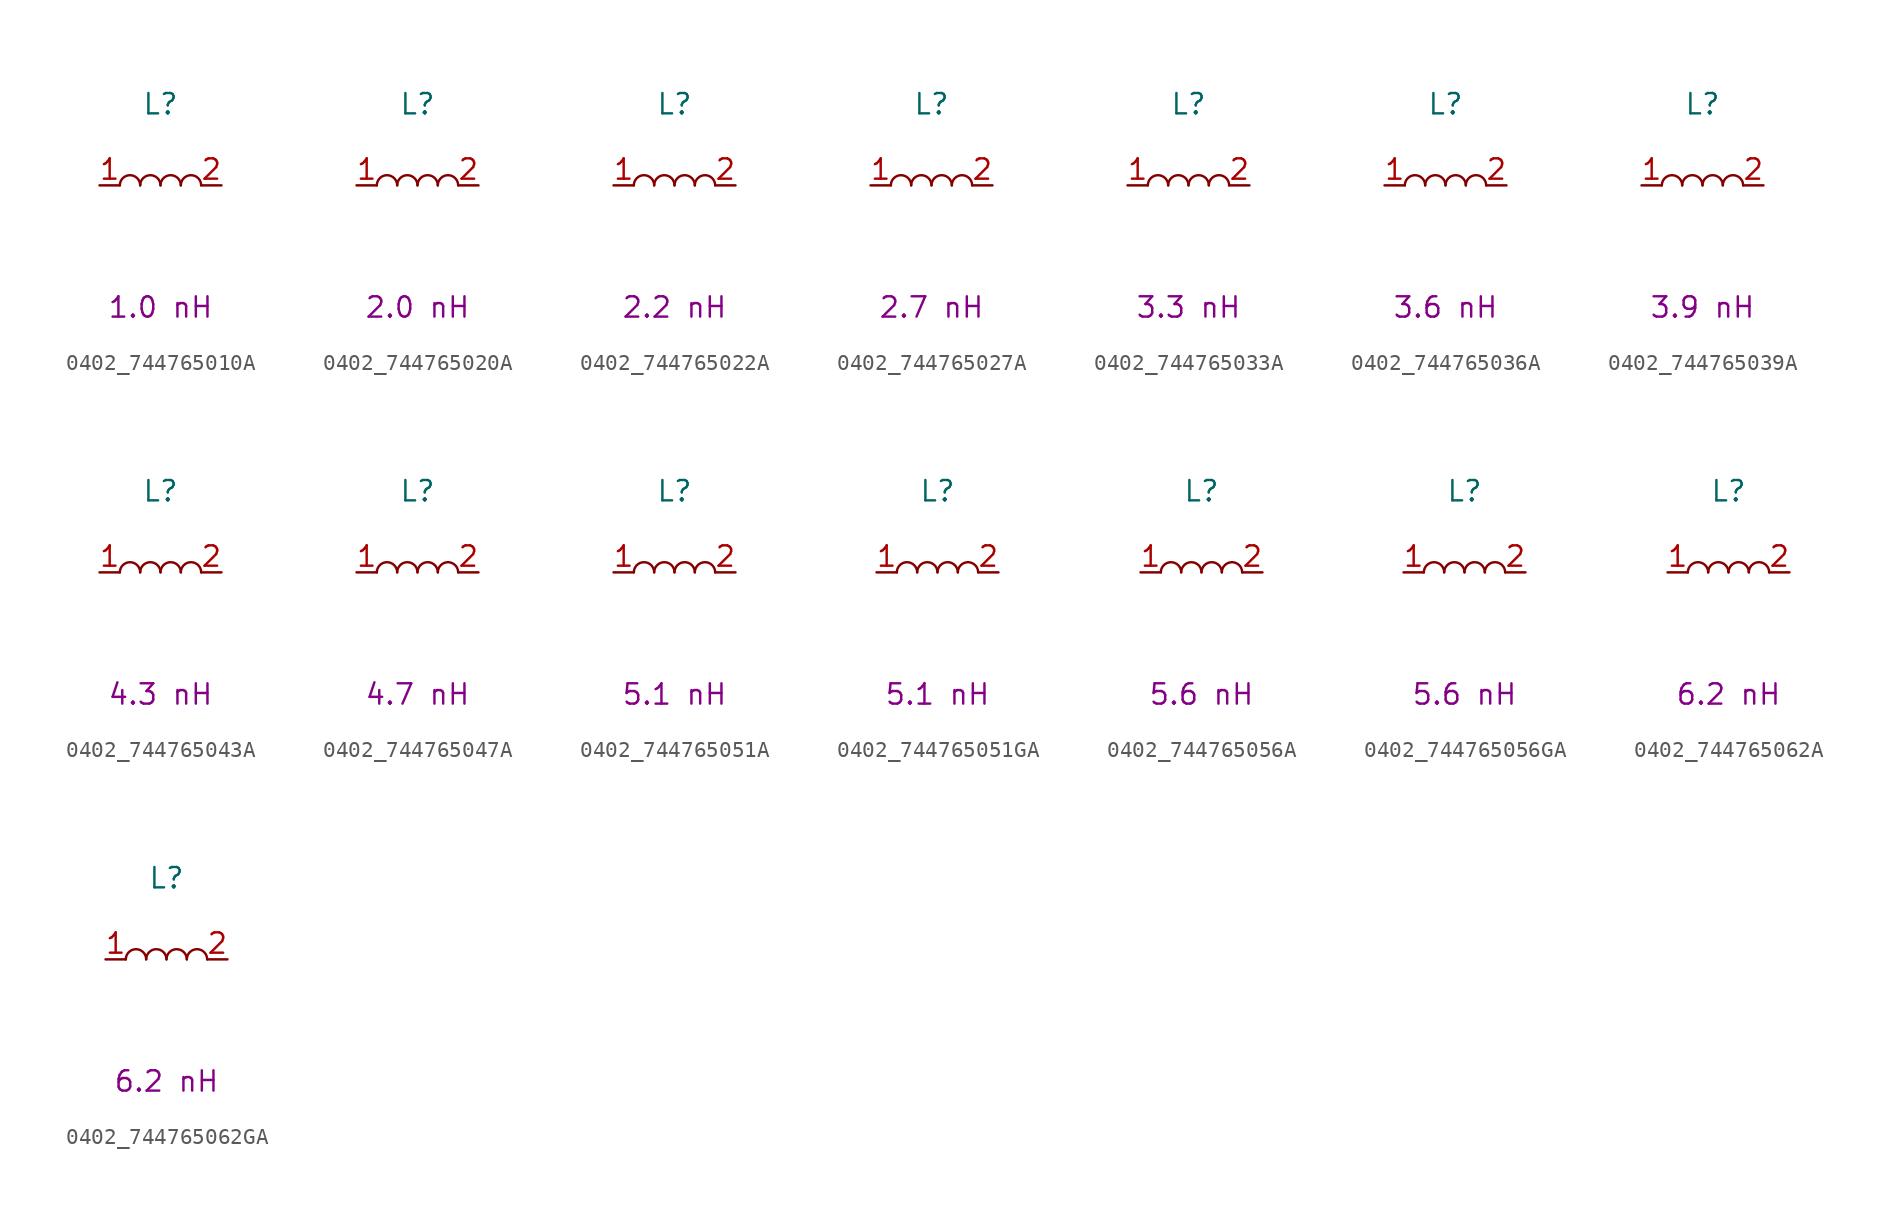
<source format=kicad_sym>
(kicad_symbol_lib
  (version 20220914)
  (generator kicad_symbol_editor)
  (symbol "0402_744765010A"
    (pin_names hide)
    (property "Reference" "L"
      (at 0 5.08 0)
      (effects (font (size 1.27 1.27))))
    (property "Critical Parameter" "1.0 nH"
      (at 0 -7.62 0)
      (effects (font (size 1.27 1.27))))
    (symbol "0402_744765010A_0_1"
      (arc (start -1.27 0) (mid -1.905 0.6323) (end -2.54 0) (stroke (width 0) (type default)) (fill (type none)))
      (arc (start 0 0) (mid -0.635 0.6323) (end -1.27 0) (stroke (width 0) (type default)) (fill (type none)))
      (arc (start 1.27 0) (mid 0.635 0.6323) (end 0 0) (stroke (width 0) (type default)) (fill (type none)))
      (arc (start 2.54 0) (mid 1.905 0.6323) (end 1.27 0) (stroke (width 0) (type default)) (fill (type none))))
    (symbol "0402_744765010A_1_1"
      (pin passive line (at -3.81 0 0) (length 1.27) (name "1" (effects (font (size 1.27 1.27)))) (number "1" (effects (font (size 1.27 1.27)))))
      (pin passive line (at 3.81 0 180) (length 1.27) (name "2" (effects (font (size 1.27 1.27)))) (number "2" (effects (font (size 1.27 1.27)))))))
  (symbol "0402_744765020A"
    (pin_names hide)
    (property "Reference" "L"
      (at 0 5.08 0)
      (effects (font (size 1.27 1.27))))
    (property "Critical Parameter" "2.0 nH"
      (at 0 -7.62 0)
      (effects (font (size 1.27 1.27))))
    (symbol "0402_744765020A_0_1"
      (arc (start -1.27 0) (mid -1.905 0.6323) (end -2.54 0) (stroke (width 0) (type default)) (fill (type none)))
      (arc (start 0 0) (mid -0.635 0.6323) (end -1.27 0) (stroke (width 0) (type default)) (fill (type none)))
      (arc (start 1.27 0) (mid 0.635 0.6323) (end 0 0) (stroke (width 0) (type default)) (fill (type none)))
      (arc (start 2.54 0) (mid 1.905 0.6323) (end 1.27 0) (stroke (width 0) (type default)) (fill (type none))))
    (symbol "0402_744765020A_1_1"
      (pin passive line (at -3.81 0 0) (length 1.27) (name "1" (effects (font (size 1.27 1.27)))) (number "1" (effects (font (size 1.27 1.27)))))
      (pin passive line (at 3.81 0 180) (length 1.27) (name "2" (effects (font (size 1.27 1.27)))) (number "2" (effects (font (size 1.27 1.27)))))))
  (symbol "0402_744765022A"
    (pin_names hide)
    (property "Reference" "L"
      (at 0 5.08 0)
      (effects (font (size 1.27 1.27))))
    (property "Critical Parameter" "2.2 nH"
      (at 0 -7.62 0)
      (effects (font (size 1.27 1.27))))
    (symbol "0402_744765022A_0_1"
      (arc (start -1.27 0) (mid -1.905 0.6323) (end -2.54 0) (stroke (width 0) (type default)) (fill (type none)))
      (arc (start 0 0) (mid -0.635 0.6323) (end -1.27 0) (stroke (width 0) (type default)) (fill (type none)))
      (arc (start 1.27 0) (mid 0.635 0.6323) (end 0 0) (stroke (width 0) (type default)) (fill (type none)))
      (arc (start 2.54 0) (mid 1.905 0.6323) (end 1.27 0) (stroke (width 0) (type default)) (fill (type none))))
    (symbol "0402_744765022A_1_1"
      (pin passive line (at -3.81 0 0) (length 1.27) (name "1" (effects (font (size 1.27 1.27)))) (number "1" (effects (font (size 1.27 1.27)))))
      (pin passive line (at 3.81 0 180) (length 1.27) (name "2" (effects (font (size 1.27 1.27)))) (number "2" (effects (font (size 1.27 1.27)))))))
  (symbol "0402_744765027A"
    (pin_names hide)
    (property "Reference" "L"
      (at 0 5.08 0)
      (effects (font (size 1.27 1.27))))
    (property "Critical Parameter" "2.7 nH"
      (at 0 -7.62 0)
      (effects (font (size 1.27 1.27))))
    (symbol "0402_744765027A_0_1"
      (arc (start -1.27 0) (mid -1.905 0.6323) (end -2.54 0) (stroke (width 0) (type default)) (fill (type none)))
      (arc (start 0 0) (mid -0.635 0.6323) (end -1.27 0) (stroke (width 0) (type default)) (fill (type none)))
      (arc (start 1.27 0) (mid 0.635 0.6323) (end 0 0) (stroke (width 0) (type default)) (fill (type none)))
      (arc (start 2.54 0) (mid 1.905 0.6323) (end 1.27 0) (stroke (width 0) (type default)) (fill (type none))))
    (symbol "0402_744765027A_1_1"
      (pin passive line (at -3.81 0 0) (length 1.27) (name "1" (effects (font (size 1.27 1.27)))) (number "1" (effects (font (size 1.27 1.27)))))
      (pin passive line (at 3.81 0 180) (length 1.27) (name "2" (effects (font (size 1.27 1.27)))) (number "2" (effects (font (size 1.27 1.27)))))))
  (symbol "0402_744765033A"
    (pin_names hide)
    (property "Reference" "L"
      (at 0 5.08 0)
      (effects (font (size 1.27 1.27))))
    (property "Critical Parameter" "3.3 nH"
      (at 0 -7.62 0)
      (effects (font (size 1.27 1.27))))
    (symbol "0402_744765033A_0_1"
      (arc (start -1.27 0) (mid -1.905 0.6323) (end -2.54 0) (stroke (width 0) (type default)) (fill (type none)))
      (arc (start 0 0) (mid -0.635 0.6323) (end -1.27 0) (stroke (width 0) (type default)) (fill (type none)))
      (arc (start 1.27 0) (mid 0.635 0.6323) (end 0 0) (stroke (width 0) (type default)) (fill (type none)))
      (arc (start 2.54 0) (mid 1.905 0.6323) (end 1.27 0) (stroke (width 0) (type default)) (fill (type none))))
    (symbol "0402_744765033A_1_1"
      (pin passive line (at -3.81 0 0) (length 1.27) (name "1" (effects (font (size 1.27 1.27)))) (number "1" (effects (font (size 1.27 1.27)))))
      (pin passive line (at 3.81 0 180) (length 1.27) (name "2" (effects (font (size 1.27 1.27)))) (number "2" (effects (font (size 1.27 1.27)))))))
  (symbol "0402_744765036A"
    (pin_names hide)
    (property "Reference" "L"
      (at 0 5.08 0)
      (effects (font (size 1.27 1.27))))
    (property "Critical Parameter" "3.6 nH"
      (at 0 -7.62 0)
      (effects (font (size 1.27 1.27))))
    (symbol "0402_744765036A_0_1"
      (arc (start -1.27 0) (mid -1.905 0.6323) (end -2.54 0) (stroke (width 0) (type default)) (fill (type none)))
      (arc (start 0 0) (mid -0.635 0.6323) (end -1.27 0) (stroke (width 0) (type default)) (fill (type none)))
      (arc (start 1.27 0) (mid 0.635 0.6323) (end 0 0) (stroke (width 0) (type default)) (fill (type none)))
      (arc (start 2.54 0) (mid 1.905 0.6323) (end 1.27 0) (stroke (width 0) (type default)) (fill (type none))))
    (symbol "0402_744765036A_1_1"
      (pin passive line (at -3.81 0 0) (length 1.27) (name "1" (effects (font (size 1.27 1.27)))) (number "1" (effects (font (size 1.27 1.27)))))
      (pin passive line (at 3.81 0 180) (length 1.27) (name "2" (effects (font (size 1.27 1.27)))) (number "2" (effects (font (size 1.27 1.27)))))))
  (symbol "0402_744765039A"
    (pin_names hide)
    (property "Reference" "L"
      (at 0 5.08 0)
      (effects (font (size 1.27 1.27))))
    (property "Critical Parameter" "3.9 nH"
      (at 0 -7.62 0)
      (effects (font (size 1.27 1.27))))
    (symbol "0402_744765039A_0_1"
      (arc (start -1.27 0) (mid -1.905 0.6323) (end -2.54 0) (stroke (width 0) (type default)) (fill (type none)))
      (arc (start 0 0) (mid -0.635 0.6323) (end -1.27 0) (stroke (width 0) (type default)) (fill (type none)))
      (arc (start 1.27 0) (mid 0.635 0.6323) (end 0 0) (stroke (width 0) (type default)) (fill (type none)))
      (arc (start 2.54 0) (mid 1.905 0.6323) (end 1.27 0) (stroke (width 0) (type default)) (fill (type none))))
    (symbol "0402_744765039A_1_1"
      (pin passive line (at -3.81 0 0) (length 1.27) (name "1" (effects (font (size 1.27 1.27)))) (number "1" (effects (font (size 1.27 1.27)))))
      (pin passive line (at 3.81 0 180) (length 1.27) (name "2" (effects (font (size 1.27 1.27)))) (number "2" (effects (font (size 1.27 1.27)))))))
  (symbol "0402_744765043A"
    (pin_names hide)
    (property "Reference" "L"
      (at 0 5.08 0)
      (effects (font (size 1.27 1.27))))
    (property "Critical Parameter" "4.3 nH"
      (at 0 -7.62 0)
      (effects (font (size 1.27 1.27))))
    (symbol "0402_744765043A_0_1"
      (arc (start -1.27 0) (mid -1.905 0.6323) (end -2.54 0) (stroke (width 0) (type default)) (fill (type none)))
      (arc (start 0 0) (mid -0.635 0.6323) (end -1.27 0) (stroke (width 0) (type default)) (fill (type none)))
      (arc (start 1.27 0) (mid 0.635 0.6323) (end 0 0) (stroke (width 0) (type default)) (fill (type none)))
      (arc (start 2.54 0) (mid 1.905 0.6323) (end 1.27 0) (stroke (width 0) (type default)) (fill (type none))))
    (symbol "0402_744765043A_1_1"
      (pin passive line (at -3.81 0 0) (length 1.27) (name "1" (effects (font (size 1.27 1.27)))) (number "1" (effects (font (size 1.27 1.27)))))
      (pin passive line (at 3.81 0 180) (length 1.27) (name "2" (effects (font (size 1.27 1.27)))) (number "2" (effects (font (size 1.27 1.27)))))))
  (symbol "0402_744765047A"
    (pin_names hide)
    (property "Reference" "L"
      (at 0 5.08 0)
      (effects (font (size 1.27 1.27))))
    (property "Critical Parameter" "4.7 nH"
      (at 0 -7.62 0)
      (effects (font (size 1.27 1.27))))
    (symbol "0402_744765047A_0_1"
      (arc (start -1.27 0) (mid -1.905 0.6323) (end -2.54 0) (stroke (width 0) (type default)) (fill (type none)))
      (arc (start 0 0) (mid -0.635 0.6323) (end -1.27 0) (stroke (width 0) (type default)) (fill (type none)))
      (arc (start 1.27 0) (mid 0.635 0.6323) (end 0 0) (stroke (width 0) (type default)) (fill (type none)))
      (arc (start 2.54 0) (mid 1.905 0.6323) (end 1.27 0) (stroke (width 0) (type default)) (fill (type none))))
    (symbol "0402_744765047A_1_1"
      (pin passive line (at -3.81 0 0) (length 1.27) (name "1" (effects (font (size 1.27 1.27)))) (number "1" (effects (font (size 1.27 1.27)))))
      (pin passive line (at 3.81 0 180) (length 1.27) (name "2" (effects (font (size 1.27 1.27)))) (number "2" (effects (font (size 1.27 1.27)))))))
  (symbol "0402_744765051A"
    (pin_names hide)
    (property "Reference" "L"
      (at 0 5.08 0)
      (effects (font (size 1.27 1.27))))
    (property "Critical Parameter" "5.1 nH"
      (at 0 -7.62 0)
      (effects (font (size 1.27 1.27))))
    (symbol "0402_744765051A_0_1"
      (arc (start -1.27 0) (mid -1.905 0.6323) (end -2.54 0) (stroke (width 0) (type default)) (fill (type none)))
      (arc (start 0 0) (mid -0.635 0.6323) (end -1.27 0) (stroke (width 0) (type default)) (fill (type none)))
      (arc (start 1.27 0) (mid 0.635 0.6323) (end 0 0) (stroke (width 0) (type default)) (fill (type none)))
      (arc (start 2.54 0) (mid 1.905 0.6323) (end 1.27 0) (stroke (width 0) (type default)) (fill (type none))))
    (symbol "0402_744765051A_1_1"
      (pin passive line (at -3.81 0 0) (length 1.27) (name "1" (effects (font (size 1.27 1.27)))) (number "1" (effects (font (size 1.27 1.27)))))
      (pin passive line (at 3.81 0 180) (length 1.27) (name "2" (effects (font (size 1.27 1.27)))) (number "2" (effects (font (size 1.27 1.27)))))))
  (symbol "0402_744765051GA"
    (pin_names hide)
    (property "Reference" "L"
      (at 0 5.08 0)
      (effects (font (size 1.27 1.27))))
    (property "Critical Parameter" "5.1 nH"
      (at 0 -7.62 0)
      (effects (font (size 1.27 1.27))))
    (symbol "0402_744765051GA_0_1"
      (arc (start -1.27 0) (mid -1.905 0.6323) (end -2.54 0) (stroke (width 0) (type default)) (fill (type none)))
      (arc (start 0 0) (mid -0.635 0.6323) (end -1.27 0) (stroke (width 0) (type default)) (fill (type none)))
      (arc (start 1.27 0) (mid 0.635 0.6323) (end 0 0) (stroke (width 0) (type default)) (fill (type none)))
      (arc (start 2.54 0) (mid 1.905 0.6323) (end 1.27 0) (stroke (width 0) (type default)) (fill (type none))))
    (symbol "0402_744765051GA_1_1"
      (pin passive line (at -3.81 0 0) (length 1.27) (name "1" (effects (font (size 1.27 1.27)))) (number "1" (effects (font (size 1.27 1.27)))))
      (pin passive line (at 3.81 0 180) (length 1.27) (name "2" (effects (font (size 1.27 1.27)))) (number "2" (effects (font (size 1.27 1.27)))))))
  (symbol "0402_744765056A"
    (pin_names hide)
    (property "Reference" "L"
      (at 0 5.08 0)
      (effects (font (size 1.27 1.27))))
    (property "Critical Parameter" "5.6 nH"
      (at 0 -7.62 0)
      (effects (font (size 1.27 1.27))))
    (symbol "0402_744765056A_0_1"
      (arc (start -1.27 0) (mid -1.905 0.6323) (end -2.54 0) (stroke (width 0) (type default)) (fill (type none)))
      (arc (start 0 0) (mid -0.635 0.6323) (end -1.27 0) (stroke (width 0) (type default)) (fill (type none)))
      (arc (start 1.27 0) (mid 0.635 0.6323) (end 0 0) (stroke (width 0) (type default)) (fill (type none)))
      (arc (start 2.54 0) (mid 1.905 0.6323) (end 1.27 0) (stroke (width 0) (type default)) (fill (type none))))
    (symbol "0402_744765056A_1_1"
      (pin passive line (at -3.81 0 0) (length 1.27) (name "1" (effects (font (size 1.27 1.27)))) (number "1" (effects (font (size 1.27 1.27)))))
      (pin passive line (at 3.81 0 180) (length 1.27) (name "2" (effects (font (size 1.27 1.27)))) (number "2" (effects (font (size 1.27 1.27)))))))
  (symbol "0402_744765056GA"
    (pin_names hide)
    (property "Reference" "L"
      (at 0 5.08 0)
      (effects (font (size 1.27 1.27))))
    (property "Critical Parameter" "5.6 nH"
      (at 0 -7.62 0)
      (effects (font (size 1.27 1.27))))
    (symbol "0402_744765056GA_0_1"
      (arc (start -1.27 0) (mid -1.905 0.6323) (end -2.54 0) (stroke (width 0) (type default)) (fill (type none)))
      (arc (start 0 0) (mid -0.635 0.6323) (end -1.27 0) (stroke (width 0) (type default)) (fill (type none)))
      (arc (start 1.27 0) (mid 0.635 0.6323) (end 0 0) (stroke (width 0) (type default)) (fill (type none)))
      (arc (start 2.54 0) (mid 1.905 0.6323) (end 1.27 0) (stroke (width 0) (type default)) (fill (type none))))
    (symbol "0402_744765056GA_1_1"
      (pin passive line (at -3.81 0 0) (length 1.27) (name "1" (effects (font (size 1.27 1.27)))) (number "1" (effects (font (size 1.27 1.27)))))
      (pin passive line (at 3.81 0 180) (length 1.27) (name "2" (effects (font (size 1.27 1.27)))) (number "2" (effects (font (size 1.27 1.27)))))))
  (symbol "0402_744765062A"
    (pin_names hide)
    (property "Reference" "L"
      (at 0 5.08 0)
      (effects (font (size 1.27 1.27))))
    (property "Critical Parameter" "6.2 nH"
      (at 0 -7.62 0)
      (effects (font (size 1.27 1.27))))
    (symbol "0402_744765062A_0_1"
      (arc (start -1.27 0) (mid -1.905 0.6323) (end -2.54 0) (stroke (width 0) (type default)) (fill (type none)))
      (arc (start 0 0) (mid -0.635 0.6323) (end -1.27 0) (stroke (width 0) (type default)) (fill (type none)))
      (arc (start 1.27 0) (mid 0.635 0.6323) (end 0 0) (stroke (width 0) (type default)) (fill (type none)))
      (arc (start 2.54 0) (mid 1.905 0.6323) (end 1.27 0) (stroke (width 0) (type default)) (fill (type none))))
    (symbol "0402_744765062A_1_1"
      (pin passive line (at -3.81 0 0) (length 1.27) (name "1" (effects (font (size 1.27 1.27)))) (number "1" (effects (font (size 1.27 1.27)))))
      (pin passive line (at 3.81 0 180) (length 1.27) (name "2" (effects (font (size 1.27 1.27)))) (number "2" (effects (font (size 1.27 1.27)))))))
  (symbol "0402_744765062GA"
    (pin_names hide)
    (property "Reference" "L"
      (at 0 5.08 0)
      (effects (font (size 1.27 1.27))))
    (property "Critical Parameter" "6.2 nH"
      (at 0 -7.62 0)
      (effects (font (size 1.27 1.27))))
    (symbol "0402_744765062GA_0_1"
      (arc (start -1.27 0) (mid -1.905 0.6323) (end -2.54 0) (stroke (width 0) (type default)) (fill (type none)))
      (arc (start 0 0) (mid -0.635 0.6323) (end -1.27 0) (stroke (width 0) (type default)) (fill (type none)))
      (arc (start 1.27 0) (mid 0.635 0.6323) (end 0 0) (stroke (width 0) (type default)) (fill (type none)))
      (arc (start 2.54 0) (mid 1.905 0.6323) (end 1.27 0) (stroke (width 0) (type default)) (fill (type none))))
    (symbol "0402_744765062GA_1_1"
      (pin passive line (at -3.81 0 0) (length 1.27) (name "1" (effects (font (size 1.27 1.27)))) (number "1" (effects (font (size 1.27 1.27)))))
      (pin passive line (at 3.81 0 180) (length 1.27) (name "2" (effects (font (size 1.27 1.27)))) (number "2" (effects (font (size 1.27 1.27))))))))
</source>
